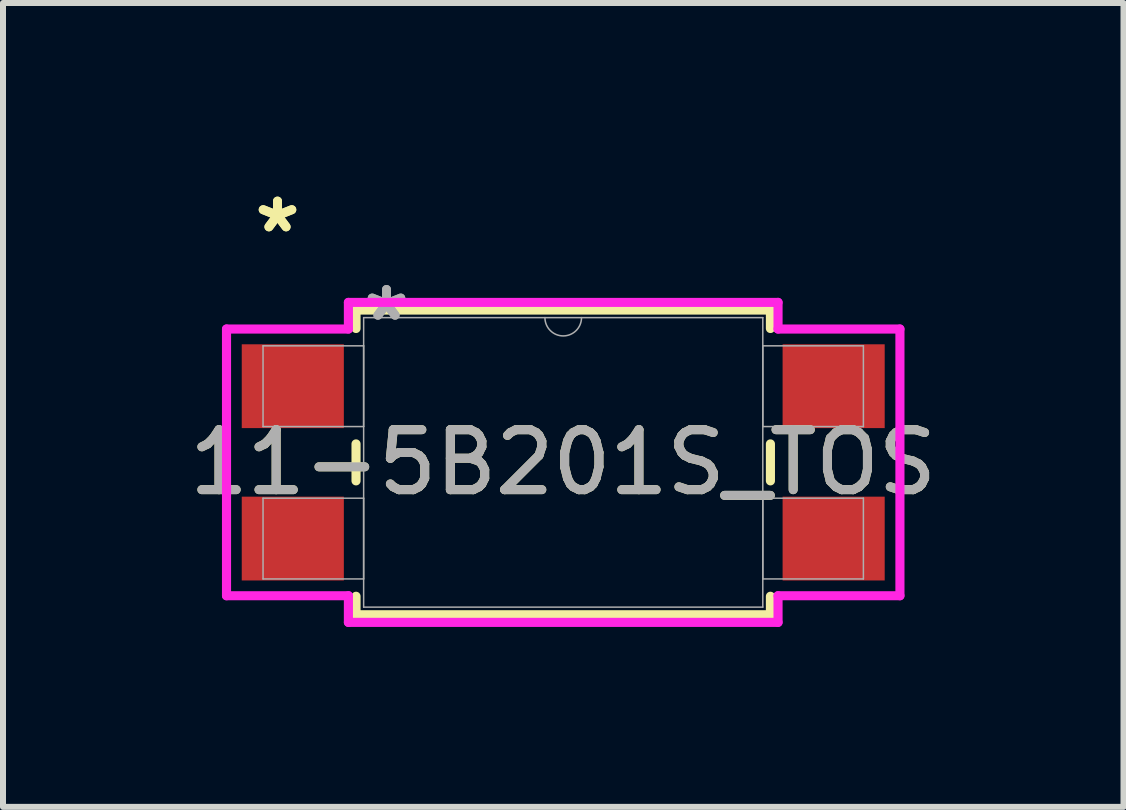
<source format=kicad_pcb>
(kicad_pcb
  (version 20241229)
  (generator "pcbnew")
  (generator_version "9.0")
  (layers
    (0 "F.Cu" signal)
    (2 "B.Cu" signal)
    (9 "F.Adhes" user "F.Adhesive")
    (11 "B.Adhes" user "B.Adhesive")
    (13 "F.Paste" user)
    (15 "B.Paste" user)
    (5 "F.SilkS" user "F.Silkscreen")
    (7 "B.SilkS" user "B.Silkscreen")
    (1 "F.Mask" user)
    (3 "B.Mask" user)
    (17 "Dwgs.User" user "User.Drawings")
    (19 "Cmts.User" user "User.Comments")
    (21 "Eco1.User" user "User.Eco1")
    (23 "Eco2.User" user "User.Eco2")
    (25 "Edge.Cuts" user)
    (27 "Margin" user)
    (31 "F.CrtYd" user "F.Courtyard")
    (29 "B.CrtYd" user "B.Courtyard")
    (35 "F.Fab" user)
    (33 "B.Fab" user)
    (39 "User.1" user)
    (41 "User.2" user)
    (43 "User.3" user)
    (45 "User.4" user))
  (footprint "11-5B201S_TOS"
    (layer "F.Cu")
    (at 6.339 4.658)
    (property "Reference" "11-5B201S_TOS" (at 0 0 0) (unlocked yes) (layer "F.SilkS") (effects (font (size 1 1) (thickness 0.15))))
    (attr smd)
    (fp_line (start -3.454 -2.54) (end -3.454 -2.232) (stroke (width 0.152) (type solid)) (layer "F.SilkS"))
    (fp_line (start -3.454 -0.308) (end -3.454 0.308) (stroke (width 0.152) (type solid)) (layer "F.SilkS"))
    (fp_line (start -3.454 2.232) (end -3.454 2.54) (stroke (width 0.152) (type solid)) (layer "F.SilkS"))
    (fp_line (start -3.454 2.54) (end 3.454 2.54) (stroke (width 0.152) (type solid)) (layer "F.SilkS"))
    (fp_line (start 3.454 -2.54) (end -3.454 -2.54) (stroke (width 0.152) (type solid)) (layer "F.SilkS"))
    (fp_line (start 3.454 -2.232) (end 3.454 -2.54) (stroke (width 0.152) (type solid)) (layer "F.SilkS"))
    (fp_line (start 3.454 0.308) (end 3.454 -0.308) (stroke (width 0.152) (type solid)) (layer "F.SilkS"))
    (fp_line (start 3.454 2.54) (end 3.454 2.232) (stroke (width 0.152) (type solid)) (layer "F.SilkS"))
    (fp_line (start -5.613 -2.223) (end -3.581 -2.223) (stroke (width 0.152) (type solid)) (layer "F.CrtYd"))
    (fp_line (start -5.613 2.223) (end -5.613 -2.223) (stroke (width 0.152) (type solid)) (layer "F.CrtYd"))
    (fp_line (start -5.613 2.223) (end -3.581 2.223) (stroke (width 0.152) (type solid)) (layer "F.CrtYd"))
    (fp_line (start -3.581 -2.667) (end 3.581 -2.667) (stroke (width 0.152) (type solid)) (layer "F.CrtYd"))
    (fp_line (start -3.581 -2.223) (end -3.581 -2.667) (stroke (width 0.152) (type solid)) (layer "F.CrtYd"))
    (fp_line (start -3.581 2.667) (end -3.581 2.223) (stroke (width 0.152) (type solid)) (layer "F.CrtYd"))
    (fp_line (start 3.581 -2.667) (end 3.581 -2.223) (stroke (width 0.152) (type solid)) (layer "F.CrtYd"))
    (fp_line (start 3.581 2.223) (end 3.581 2.667) (stroke (width 0.152) (type solid)) (layer "F.CrtYd"))
    (fp_line (start 3.581 2.667) (end -3.581 2.667) (stroke (width 0.152) (type solid)) (layer "F.CrtYd"))
    (fp_line (start 5.613 -2.223) (end 3.581 -2.223) (stroke (width 0.152) (type solid)) (layer "F.CrtYd"))
    (fp_line (start 5.613 -2.223) (end 5.613 2.223) (stroke (width 0.152) (type solid)) (layer "F.CrtYd"))
    (fp_line (start 5.613 2.223) (end 3.581 2.223) (stroke (width 0.152) (type solid)) (layer "F.CrtYd"))
    (fp_line (start -5.004 -1.943) (end -5.004 -0.597) (stroke (width 0.025) (type solid)) (layer "F.Fab"))
    (fp_line (start -5.004 -0.597) (end -3.327 -0.597) (stroke (width 0.025) (type solid)) (layer "F.Fab"))
    (fp_line (start -5.004 0.597) (end -5.004 1.943) (stroke (width 0.025) (type solid)) (layer "F.Fab"))
    (fp_line (start -5.004 1.943) (end -3.327 1.943) (stroke (width 0.025) (type solid)) (layer "F.Fab"))
    (fp_line (start -3.327 -2.413) (end -3.327 2.413) (stroke (width 0.025) (type solid)) (layer "F.Fab"))
    (fp_line (start -3.327 -1.943) (end -5.004 -1.943) (stroke (width 0.025) (type solid)) (layer "F.Fab"))
    (fp_line (start -3.327 -0.597) (end -3.327 -1.943) (stroke (width 0.025) (type solid)) (layer "F.Fab"))
    (fp_line (start -3.327 0.597) (end -5.004 0.597) (stroke (width 0.025) (type solid)) (layer "F.Fab"))
    (fp_line (start -3.327 1.943) (end -3.327 0.597) (stroke (width 0.025) (type solid)) (layer "F.Fab"))
    (fp_line (start -3.327 2.413) (end 3.327 2.413) (stroke (width 0.025) (type solid)) (layer "F.Fab"))
    (fp_line (start 3.327 -2.413) (end -3.327 -2.413) (stroke (width 0.025) (type solid)) (layer "F.Fab"))
    (fp_line (start 3.327 -1.943) (end 3.327 -0.597) (stroke (width 0.025) (type solid)) (layer "F.Fab"))
    (fp_line (start 3.327 -0.597) (end 5.004 -0.597) (stroke (width 0.025) (type solid)) (layer "F.Fab"))
    (fp_line (start 3.327 0.597) (end 3.327 1.943) (stroke (width 0.025) (type solid)) (layer "F.Fab"))
    (fp_line (start 3.327 1.943) (end 5.004 1.943) (stroke (width 0.025) (type solid)) (layer "F.Fab"))
    (fp_line (start 3.327 2.413) (end 3.327 -2.413) (stroke (width 0.025) (type solid)) (layer "F.Fab"))
    (fp_line (start 5.004 -1.943) (end 3.327 -1.943) (stroke (width 0.025) (type solid)) (layer "F.Fab"))
    (fp_line (start 5.004 -0.597) (end 5.004 -1.943) (stroke (width 0.025) (type solid)) (layer "F.Fab"))
    (fp_line (start 5.004 0.597) (end 3.327 0.597) (stroke (width 0.025) (type solid)) (layer "F.Fab"))
    (fp_line (start 5.004 1.943) (end 5.004 0.597) (stroke (width 0.025) (type solid)) (layer "F.Fab"))
    (fp_arc (start 0.3048 -2.413) (mid 0 -2.1082) (end -0.3048 -2.413) (stroke (width 0.0254) (type solid)) (layer "F.Fab"))
    (fp_text user "*" (at -4.763 -3.81 0) (layer "F.SilkS") (effects (font (size 1 1) (thickness 0.15))))
    (fp_text user "*" (at -4.763 -3.81 0) (unlocked yes) (layer "F.SilkS") (effects (font (size 1 1) (thickness 0.15))))
    (fp_text user "*" (at -2.946 -2.337 0) (layer "F.Fab") (effects (font (size 1 1) (thickness 0.15))))
    (fp_text user "*" (at -2.946 -2.337 0) (unlocked yes) (layer "F.Fab") (effects (font (size 1 1) (thickness 0.15))))
    (fp_text user "${REFERENCE}" (at 0 0 0) (unlocked yes) (layer "F.Fab") (effects (font (size 1 1) (thickness 0.15))))
    (pad "1" smd rect (at -4.508 -1.27) (size 1.702 1.397) (layers "F.Cu" "F.Mask" "F.Paste"))
    (pad "2" smd rect (at -4.508 1.27) (size 1.702 1.397) (layers "F.Cu" "F.Mask" "F.Paste"))
    (pad "3" smd rect (at 4.508 1.27) (size 1.702 1.397) (layers "F.Cu" "F.Mask" "F.Paste"))
    (pad "4" smd rect (at 4.508 -1.27) (size 1.702 1.397) (layers "F.Cu" "F.Mask" "F.Paste")))
  (gr_rect
    (start -3 -3)
    (end 15.679 10.401)
    (stroke (width 0.1) (type default))
    (fill no)
    (layer "Edge.Cuts")))
</source>
